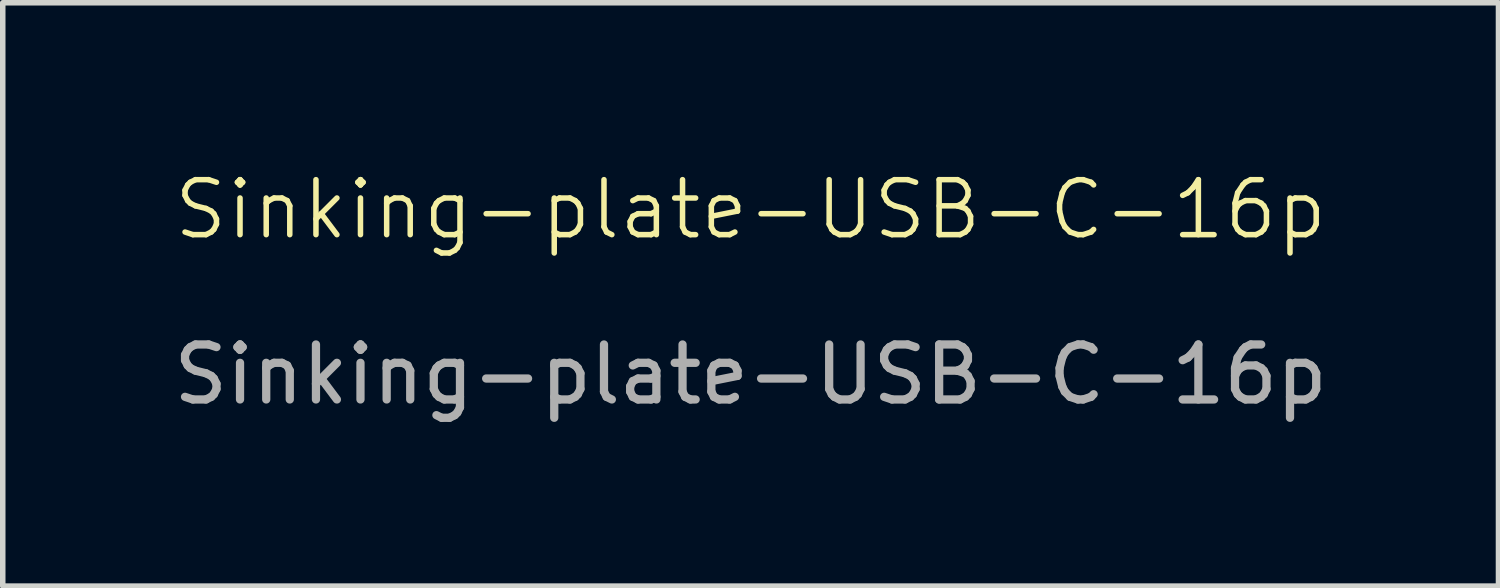
<source format=kicad_pcb>
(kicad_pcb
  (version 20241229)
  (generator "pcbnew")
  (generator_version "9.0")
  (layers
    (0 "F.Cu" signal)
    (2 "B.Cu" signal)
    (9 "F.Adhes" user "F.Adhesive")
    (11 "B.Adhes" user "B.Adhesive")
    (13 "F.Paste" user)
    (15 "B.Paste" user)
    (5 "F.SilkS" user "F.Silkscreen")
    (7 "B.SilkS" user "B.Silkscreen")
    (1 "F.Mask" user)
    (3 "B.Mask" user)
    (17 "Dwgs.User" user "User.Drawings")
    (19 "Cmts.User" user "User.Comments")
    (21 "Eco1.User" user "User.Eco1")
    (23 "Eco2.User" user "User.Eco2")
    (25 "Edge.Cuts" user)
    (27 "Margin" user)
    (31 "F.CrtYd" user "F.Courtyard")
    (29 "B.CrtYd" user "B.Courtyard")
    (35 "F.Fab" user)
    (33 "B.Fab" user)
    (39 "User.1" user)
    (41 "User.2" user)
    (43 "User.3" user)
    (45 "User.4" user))
  (footprint "Sinking-plate-USB-C-16p"
    (layer "F.Cu")
    (at 10.601 1.26)
    (property "Reference" "Sinking-plate-USB-C-16p" (at 0 -0.5 0) (unlocked yes) (layer "F.SilkS") (effects (font (size 1 1) (thickness 0.1))))
    (attr smd)
    (fp_text user "${REFERENCE}" (at 0 2.5 0) (unlocked yes) (layer "F.Fab") (effects (font (size 1 1) (thickness 0.15)))))
  (gr_rect
    (start -3 -3)
    (end 24.202 7.609)
    (stroke (width 0.1) (type default))
    (fill no)
    (layer "Edge.Cuts")))
</source>
